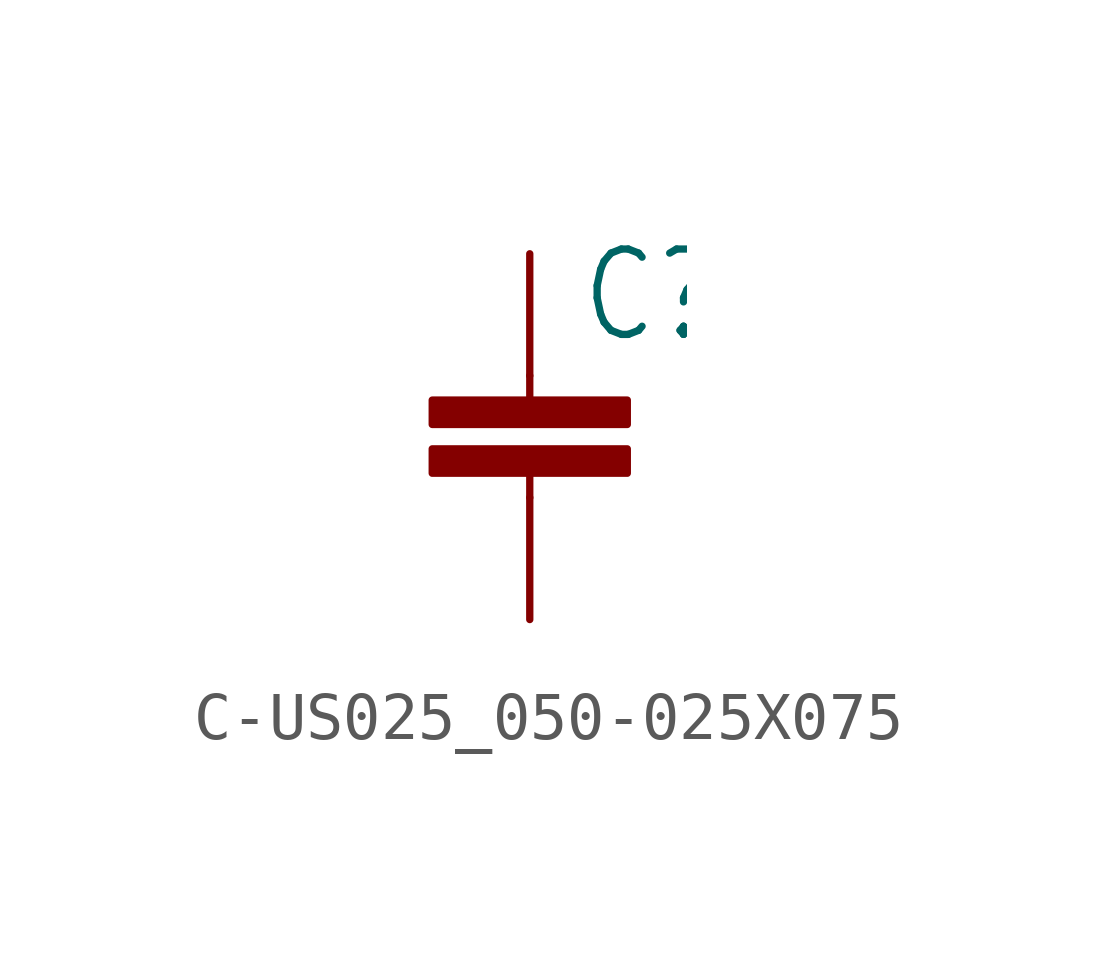
<source format=kicad_sym>
(kicad_symbol_lib
  (version 20231120)
  (generator "kicad_symbol_editor")
  (generator_version "8.99")
  (symbol "C-US025_050-025X075"
    (property "Reference" "C"
      (at 1.016 0.635 0)
      (effects (font (size 1.778 1.511)) (justify left bottom)))
    (property "Value" ""
      (at 1.016 -4.191 0)
      (effects (font (size 1.778 1.511)) (justify left bottom)))
    (property "ki_locked" ""
      (at 0 0 0)
      (effects (font (size 1.27 1.27))))
    (symbol "C-US025_050-025X075_1_0"
      (rectangle (start -2.032 -2.032) (end 2.032 -1.524) (stroke (width 0) (type default)) (fill (type outline)))
      (rectangle (start -2.032 -1.016) (end 2.032 -0.508) (stroke (width 0) (type default)) (fill (type outline)))
      (polyline (pts (xy 0 -2.54) (xy 0 -2.032)) (stroke (width 0.152) (type solid)) (fill (type none)))
      (polyline (pts (xy 0 0) (xy 0 -0.508)) (stroke (width 0.152) (type solid)) (fill (type none)))
      (pin passive line (at 0 2.54 270) (length 2.54) (name "1" (effects (font (size 0 0)))) (number "1" (effects (font (size 0 0)))))
      (pin passive line (at 0 -5.08 90) (length 2.54) (name "2" (effects (font (size 0 0)))) (number "2" (effects (font (size 0 0))))))))
</source>
